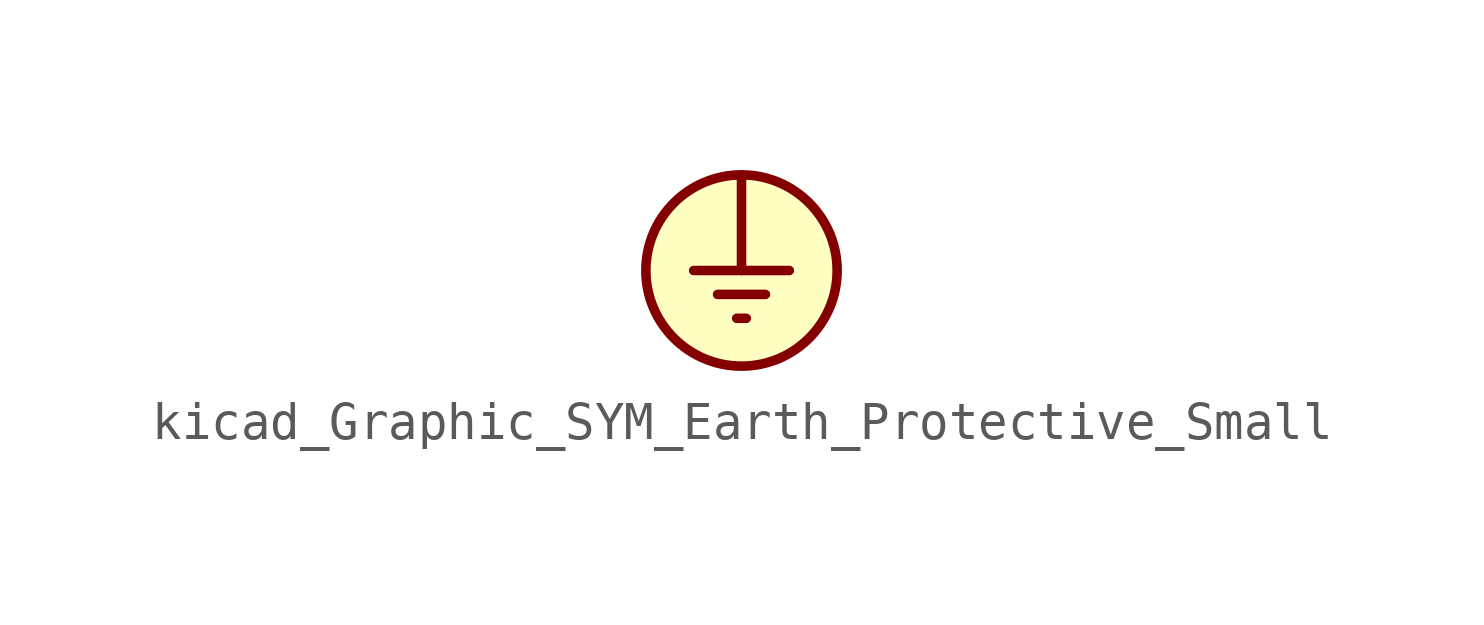
<source format=kicad_sym>
(kicad_symbol_lib
  (version 20220914)
  (generator kicad_symbol_editor)
  (symbol "kicad_Graphic_SYM_Earth_Protective_Small"
    (property "Reference" "#SYM"
      (at 0 3.81 0)
      (effects (font (size 1.27 1.27)) hide))
    (symbol "kicad_Graphic_SYM_Earth_Protective_Small_0_1"
      (polyline (pts (xy -0.635 -0.635) (xy 0.635 -0.635)) (stroke (width 0.254) (type default)) (fill (type none)))
      (polyline (pts (xy -0.127 -1.27) (xy 0.127 -1.27)) (stroke (width 0.254) (type default)) (fill (type none)))
      (polyline (pts (xy 0 0) (xy 0 2.54)) (stroke (width 0.254) (type default)) (fill (type none)))
      (polyline (pts (xy 1.27 0) (xy -1.27 0)) (stroke (width 0.254) (type default)) (fill (type none)))
      (circle (center 0 0) (radius 2.54) (stroke (width 0.254) (type default)) (fill (type background))))))
</source>
